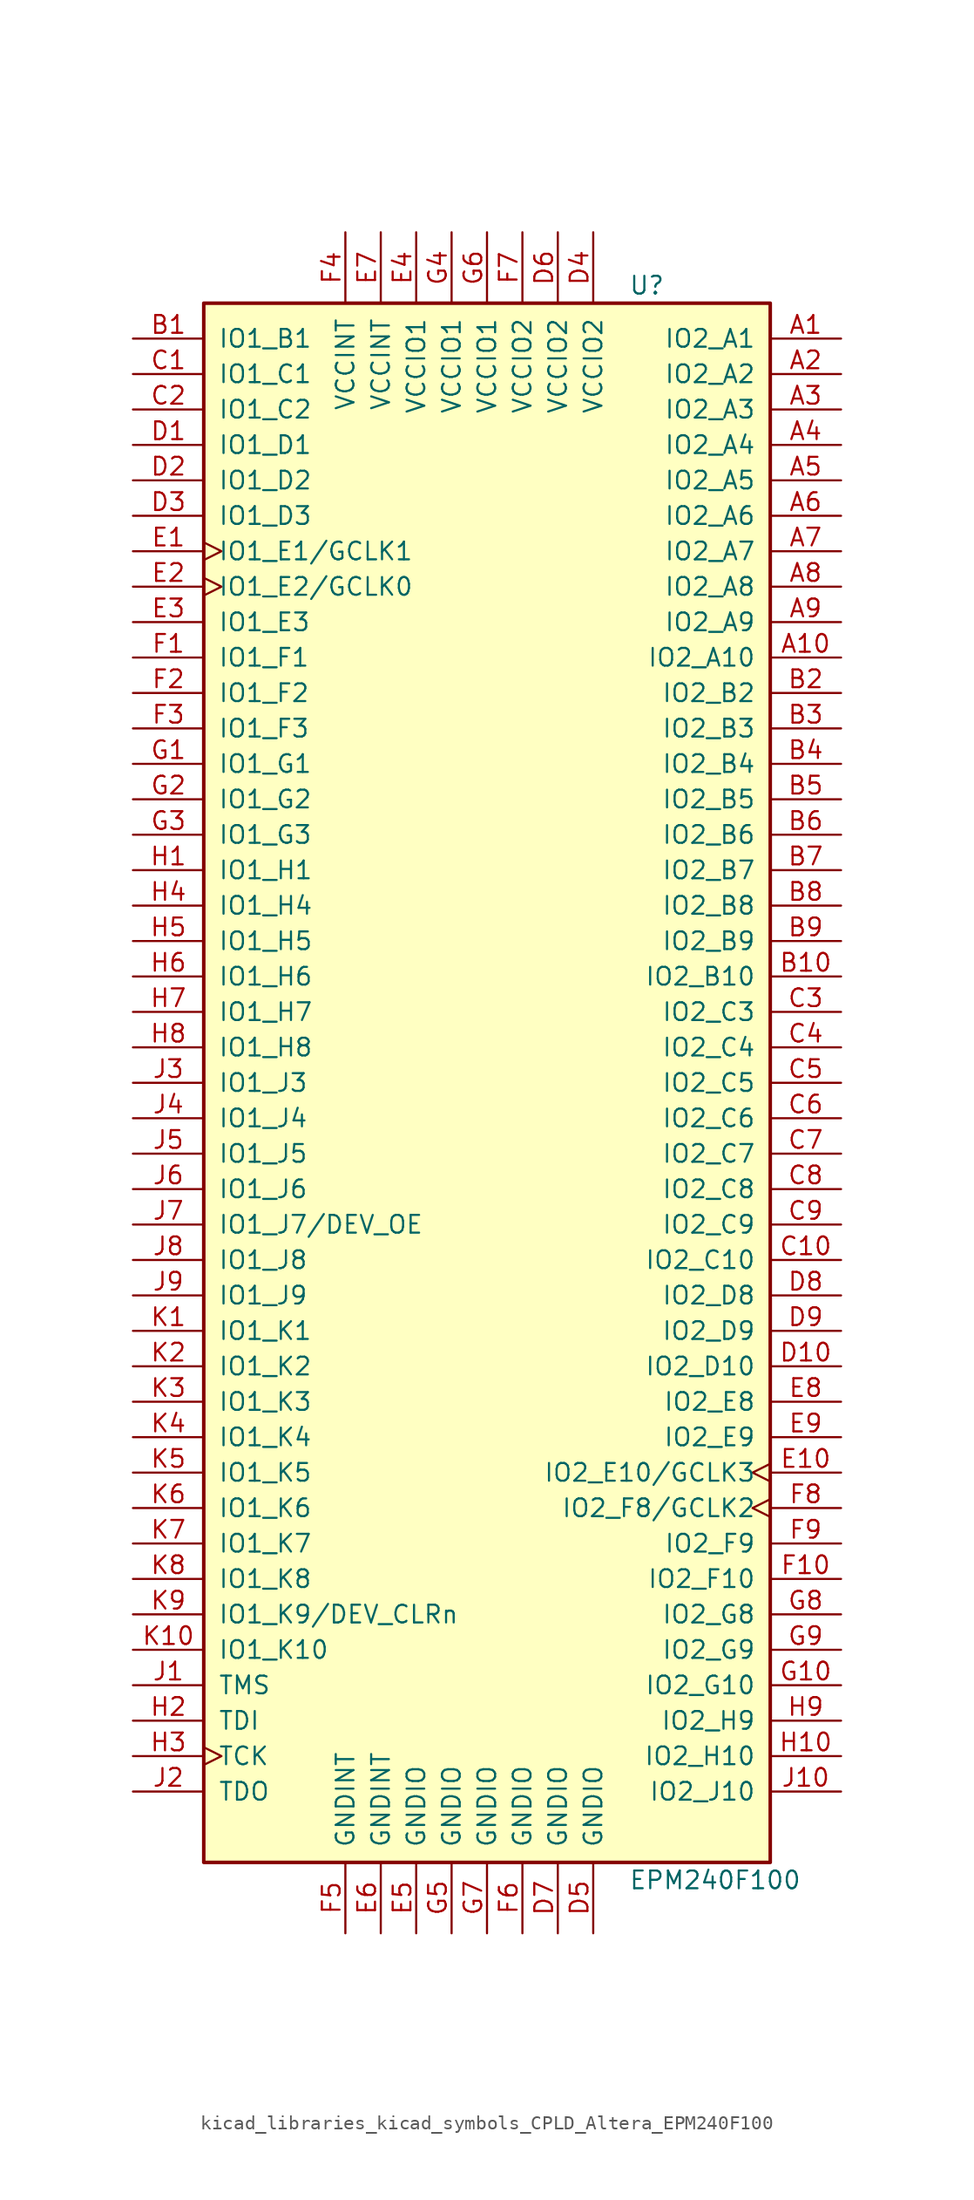
<source format=kicad_sym>
(kicad_symbol_lib
  (version 20220914)
  (generator kicad_symbol_editor)
  (symbol "kicad_libraries_kicad_symbols_CPLD_Altera_EPM240F100"
    (pin_names
      (offset 1.016))
    (property "Reference" "U"
      (at 10.16 57.15 0)
      (effects (font (size 1.27 1.27)) (justify left)))
    (property "Value" "EPM240F100"
      (at 10.16 -57.15 0)
      (effects (font (size 1.27 1.27)) (justify left)))
    (property "ki_locked" ""
      (at 0 0 0)
      (effects (font (size 1.27 1.27))))
    (symbol "kicad_libraries_kicad_symbols_CPLD_Altera_EPM240F100_1_1"
      (rectangle (start -20.32 55.88) (end 20.32 -55.88) (stroke (width 0.254) (type default)) (fill (type background)))
      (pin bidirectional line (at 25.4 53.34 180) (length 5.08) (name "IO2_A1" (effects (font (size 1.27 1.27)))) (number "A1" (effects (font (size 1.27 1.27)))))
      (pin bidirectional line (at 25.4 30.48 180) (length 5.08) (name "IO2_A10" (effects (font (size 1.27 1.27)))) (number "A10" (effects (font (size 1.27 1.27)))))
      (pin bidirectional line (at 25.4 50.8 180) (length 5.08) (name "IO2_A2" (effects (font (size 1.27 1.27)))) (number "A2" (effects (font (size 1.27 1.27)))))
      (pin bidirectional line (at 25.4 48.26 180) (length 5.08) (name "IO2_A3" (effects (font (size 1.27 1.27)))) (number "A3" (effects (font (size 1.27 1.27)))))
      (pin bidirectional line (at 25.4 45.72 180) (length 5.08) (name "IO2_A4" (effects (font (size 1.27 1.27)))) (number "A4" (effects (font (size 1.27 1.27)))))
      (pin bidirectional line (at 25.4 43.18 180) (length 5.08) (name "IO2_A5" (effects (font (size 1.27 1.27)))) (number "A5" (effects (font (size 1.27 1.27)))))
      (pin bidirectional line (at 25.4 40.64 180) (length 5.08) (name "IO2_A6" (effects (font (size 1.27 1.27)))) (number "A6" (effects (font (size 1.27 1.27)))))
      (pin bidirectional line (at 25.4 38.1 180) (length 5.08) (name "IO2_A7" (effects (font (size 1.27 1.27)))) (number "A7" (effects (font (size 1.27 1.27)))))
      (pin bidirectional line (at 25.4 35.56 180) (length 5.08) (name "IO2_A8" (effects (font (size 1.27 1.27)))) (number "A8" (effects (font (size 1.27 1.27)))))
      (pin bidirectional line (at 25.4 33.02 180) (length 5.08) (name "IO2_A9" (effects (font (size 1.27 1.27)))) (number "A9" (effects (font (size 1.27 1.27)))))
      (pin bidirectional line (at -25.4 53.34 0) (length 5.08) (name "IO1_B1" (effects (font (size 1.27 1.27)))) (number "B1" (effects (font (size 1.27 1.27)))))
      (pin bidirectional line (at 25.4 7.62 180) (length 5.08) (name "IO2_B10" (effects (font (size 1.27 1.27)))) (number "B10" (effects (font (size 1.27 1.27)))))
      (pin bidirectional line (at 25.4 27.94 180) (length 5.08) (name "IO2_B2" (effects (font (size 1.27 1.27)))) (number "B2" (effects (font (size 1.27 1.27)))))
      (pin bidirectional line (at 25.4 25.4 180) (length 5.08) (name "IO2_B3" (effects (font (size 1.27 1.27)))) (number "B3" (effects (font (size 1.27 1.27)))))
      (pin bidirectional line (at 25.4 22.86 180) (length 5.08) (name "IO2_B4" (effects (font (size 1.27 1.27)))) (number "B4" (effects (font (size 1.27 1.27)))))
      (pin bidirectional line (at 25.4 20.32 180) (length 5.08) (name "IO2_B5" (effects (font (size 1.27 1.27)))) (number "B5" (effects (font (size 1.27 1.27)))))
      (pin bidirectional line (at 25.4 17.78 180) (length 5.08) (name "IO2_B6" (effects (font (size 1.27 1.27)))) (number "B6" (effects (font (size 1.27 1.27)))))
      (pin bidirectional line (at 25.4 15.24 180) (length 5.08) (name "IO2_B7" (effects (font (size 1.27 1.27)))) (number "B7" (effects (font (size 1.27 1.27)))))
      (pin bidirectional line (at 25.4 12.7 180) (length 5.08) (name "IO2_B8" (effects (font (size 1.27 1.27)))) (number "B8" (effects (font (size 1.27 1.27)))))
      (pin bidirectional line (at 25.4 10.16 180) (length 5.08) (name "IO2_B9" (effects (font (size 1.27 1.27)))) (number "B9" (effects (font (size 1.27 1.27)))))
      (pin bidirectional line (at -25.4 50.8 0) (length 5.08) (name "IO1_C1" (effects (font (size 1.27 1.27)))) (number "C1" (effects (font (size 1.27 1.27)))))
      (pin bidirectional line (at 25.4 -12.7 180) (length 5.08) (name "IO2_C10" (effects (font (size 1.27 1.27)))) (number "C10" (effects (font (size 1.27 1.27)))))
      (pin bidirectional line (at -25.4 48.26 0) (length 5.08) (name "IO1_C2" (effects (font (size 1.27 1.27)))) (number "C2" (effects (font (size 1.27 1.27)))))
      (pin bidirectional line (at 25.4 5.08 180) (length 5.08) (name "IO2_C3" (effects (font (size 1.27 1.27)))) (number "C3" (effects (font (size 1.27 1.27)))))
      (pin bidirectional line (at 25.4 2.54 180) (length 5.08) (name "IO2_C4" (effects (font (size 1.27 1.27)))) (number "C4" (effects (font (size 1.27 1.27)))))
      (pin bidirectional line (at 25.4 0 180) (length 5.08) (name "IO2_C5" (effects (font (size 1.27 1.27)))) (number "C5" (effects (font (size 1.27 1.27)))))
      (pin bidirectional line (at 25.4 -2.54 180) (length 5.08) (name "IO2_C6" (effects (font (size 1.27 1.27)))) (number "C6" (effects (font (size 1.27 1.27)))))
      (pin bidirectional line (at 25.4 -5.08 180) (length 5.08) (name "IO2_C7" (effects (font (size 1.27 1.27)))) (number "C7" (effects (font (size 1.27 1.27)))))
      (pin bidirectional line (at 25.4 -7.62 180) (length 5.08) (name "IO2_C8" (effects (font (size 1.27 1.27)))) (number "C8" (effects (font (size 1.27 1.27)))))
      (pin bidirectional line (at 25.4 -10.16 180) (length 5.08) (name "IO2_C9" (effects (font (size 1.27 1.27)))) (number "C9" (effects (font (size 1.27 1.27)))))
      (pin bidirectional line (at -25.4 45.72 0) (length 5.08) (name "IO1_D1" (effects (font (size 1.27 1.27)))) (number "D1" (effects (font (size 1.27 1.27)))))
      (pin bidirectional line (at 25.4 -20.32 180) (length 5.08) (name "IO2_D10" (effects (font (size 1.27 1.27)))) (number "D10" (effects (font (size 1.27 1.27)))))
      (pin bidirectional line (at -25.4 43.18 0) (length 5.08) (name "IO1_D2" (effects (font (size 1.27 1.27)))) (number "D2" (effects (font (size 1.27 1.27)))))
      (pin bidirectional line (at -25.4 40.64 0) (length 5.08) (name "IO1_D3" (effects (font (size 1.27 1.27)))) (number "D3" (effects (font (size 1.27 1.27)))))
      (pin power_in line (at 7.62 60.96 270) (length 5.08) (name "VCCIO2" (effects (font (size 1.27 1.27)))) (number "D4" (effects (font (size 1.27 1.27)))))
      (pin power_in line (at 7.62 -60.96 90) (length 5.08) (name "GNDIO" (effects (font (size 1.27 1.27)))) (number "D5" (effects (font (size 1.27 1.27)))))
      (pin power_in line (at 5.08 60.96 270) (length 5.08) (name "VCCIO2" (effects (font (size 1.27 1.27)))) (number "D6" (effects (font (size 1.27 1.27)))))
      (pin power_in line (at 5.08 -60.96 90) (length 5.08) (name "GNDIO" (effects (font (size 1.27 1.27)))) (number "D7" (effects (font (size 1.27 1.27)))))
      (pin bidirectional line (at 25.4 -15.24 180) (length 5.08) (name "IO2_D8" (effects (font (size 1.27 1.27)))) (number "D8" (effects (font (size 1.27 1.27)))))
      (pin bidirectional line (at 25.4 -17.78 180) (length 5.08) (name "IO2_D9" (effects (font (size 1.27 1.27)))) (number "D9" (effects (font (size 1.27 1.27)))))
      (pin bidirectional clock (at -25.4 38.1 0) (length 5.08) (name "IO1_E1/GCLK1" (effects (font (size 1.27 1.27)))) (number "E1" (effects (font (size 1.27 1.27)))))
      (pin bidirectional clock (at 25.4 -27.94 180) (length 5.08) (name "IO2_E10/GCLK3" (effects (font (size 1.27 1.27)))) (number "E10" (effects (font (size 1.27 1.27)))))
      (pin bidirectional clock (at -25.4 35.56 0) (length 5.08) (name "IO1_E2/GCLK0" (effects (font (size 1.27 1.27)))) (number "E2" (effects (font (size 1.27 1.27)))))
      (pin bidirectional line (at -25.4 33.02 0) (length 5.08) (name "IO1_E3" (effects (font (size 1.27 1.27)))) (number "E3" (effects (font (size 1.27 1.27)))))
      (pin power_in line (at -5.08 60.96 270) (length 5.08) (name "VCCIO1" (effects (font (size 1.27 1.27)))) (number "E4" (effects (font (size 1.27 1.27)))))
      (pin power_in line (at -5.08 -60.96 90) (length 5.08) (name "GNDIO" (effects (font (size 1.27 1.27)))) (number "E5" (effects (font (size 1.27 1.27)))))
      (pin power_in line (at -7.62 -60.96 90) (length 5.08) (name "GNDINT" (effects (font (size 1.27 1.27)))) (number "E6" (effects (font (size 1.27 1.27)))))
      (pin power_in line (at -7.62 60.96 270) (length 5.08) (name "VCCINT" (effects (font (size 1.27 1.27)))) (number "E7" (effects (font (size 1.27 1.27)))))
      (pin bidirectional line (at 25.4 -22.86 180) (length 5.08) (name "IO2_E8" (effects (font (size 1.27 1.27)))) (number "E8" (effects (font (size 1.27 1.27)))))
      (pin bidirectional line (at 25.4 -25.4 180) (length 5.08) (name "IO2_E9" (effects (font (size 1.27 1.27)))) (number "E9" (effects (font (size 1.27 1.27)))))
      (pin bidirectional line (at -25.4 30.48 0) (length 5.08) (name "IO1_F1" (effects (font (size 1.27 1.27)))) (number "F1" (effects (font (size 1.27 1.27)))))
      (pin bidirectional line (at 25.4 -35.56 180) (length 5.08) (name "IO2_F10" (effects (font (size 1.27 1.27)))) (number "F10" (effects (font (size 1.27 1.27)))))
      (pin bidirectional line (at -25.4 27.94 0) (length 5.08) (name "IO1_F2" (effects (font (size 1.27 1.27)))) (number "F2" (effects (font (size 1.27 1.27)))))
      (pin bidirectional line (at -25.4 25.4 0) (length 5.08) (name "IO1_F3" (effects (font (size 1.27 1.27)))) (number "F3" (effects (font (size 1.27 1.27)))))
      (pin power_in line (at -10.16 60.96 270) (length 5.08) (name "VCCINT" (effects (font (size 1.27 1.27)))) (number "F4" (effects (font (size 1.27 1.27)))))
      (pin power_in line (at -10.16 -60.96 90) (length 5.08) (name "GNDINT" (effects (font (size 1.27 1.27)))) (number "F5" (effects (font (size 1.27 1.27)))))
      (pin power_in line (at 2.54 -60.96 90) (length 5.08) (name "GNDIO" (effects (font (size 1.27 1.27)))) (number "F6" (effects (font (size 1.27 1.27)))))
      (pin power_in line (at 2.54 60.96 270) (length 5.08) (name "VCCIO2" (effects (font (size 1.27 1.27)))) (number "F7" (effects (font (size 1.27 1.27)))))
      (pin bidirectional clock (at 25.4 -30.48 180) (length 5.08) (name "IO2_F8/GCLK2" (effects (font (size 1.27 1.27)))) (number "F8" (effects (font (size 1.27 1.27)))))
      (pin bidirectional line (at 25.4 -33.02 180) (length 5.08) (name "IO2_F9" (effects (font (size 1.27 1.27)))) (number "F9" (effects (font (size 1.27 1.27)))))
      (pin bidirectional line (at -25.4 22.86 0) (length 5.08) (name "IO1_G1" (effects (font (size 1.27 1.27)))) (number "G1" (effects (font (size 1.27 1.27)))))
      (pin bidirectional line (at 25.4 -43.18 180) (length 5.08) (name "IO2_G10" (effects (font (size 1.27 1.27)))) (number "G10" (effects (font (size 1.27 1.27)))))
      (pin bidirectional line (at -25.4 20.32 0) (length 5.08) (name "IO1_G2" (effects (font (size 1.27 1.27)))) (number "G2" (effects (font (size 1.27 1.27)))))
      (pin bidirectional line (at -25.4 17.78 0) (length 5.08) (name "IO1_G3" (effects (font (size 1.27 1.27)))) (number "G3" (effects (font (size 1.27 1.27)))))
      (pin power_in line (at -2.54 60.96 270) (length 5.08) (name "VCCIO1" (effects (font (size 1.27 1.27)))) (number "G4" (effects (font (size 1.27 1.27)))))
      (pin power_in line (at -2.54 -60.96 90) (length 5.08) (name "GNDIO" (effects (font (size 1.27 1.27)))) (number "G5" (effects (font (size 1.27 1.27)))))
      (pin power_in line (at 0 60.96 270) (length 5.08) (name "VCCIO1" (effects (font (size 1.27 1.27)))) (number "G6" (effects (font (size 1.27 1.27)))))
      (pin power_in line (at 0 -60.96 90) (length 5.08) (name "GNDIO" (effects (font (size 1.27 1.27)))) (number "G7" (effects (font (size 1.27 1.27)))))
      (pin bidirectional line (at 25.4 -38.1 180) (length 5.08) (name "IO2_G8" (effects (font (size 1.27 1.27)))) (number "G8" (effects (font (size 1.27 1.27)))))
      (pin bidirectional line (at 25.4 -40.64 180) (length 5.08) (name "IO2_G9" (effects (font (size 1.27 1.27)))) (number "G9" (effects (font (size 1.27 1.27)))))
      (pin bidirectional line (at -25.4 15.24 0) (length 5.08) (name "IO1_H1" (effects (font (size 1.27 1.27)))) (number "H1" (effects (font (size 1.27 1.27)))))
      (pin bidirectional line (at 25.4 -48.26 180) (length 5.08) (name "IO2_H10" (effects (font (size 1.27 1.27)))) (number "H10" (effects (font (size 1.27 1.27)))))
      (pin input line (at -25.4 -45.72 0) (length 5.08) (name "TDI" (effects (font (size 1.27 1.27)))) (number "H2" (effects (font (size 1.27 1.27)))))
      (pin input clock (at -25.4 -48.26 0) (length 5.08) (name "TCK" (effects (font (size 1.27 1.27)))) (number "H3" (effects (font (size 1.27 1.27)))))
      (pin bidirectional line (at -25.4 12.7 0) (length 5.08) (name "IO1_H4" (effects (font (size 1.27 1.27)))) (number "H4" (effects (font (size 1.27 1.27)))))
      (pin bidirectional line (at -25.4 10.16 0) (length 5.08) (name "IO1_H5" (effects (font (size 1.27 1.27)))) (number "H5" (effects (font (size 1.27 1.27)))))
      (pin bidirectional line (at -25.4 7.62 0) (length 5.08) (name "IO1_H6" (effects (font (size 1.27 1.27)))) (number "H6" (effects (font (size 1.27 1.27)))))
      (pin bidirectional line (at -25.4 5.08 0) (length 5.08) (name "IO1_H7" (effects (font (size 1.27 1.27)))) (number "H7" (effects (font (size 1.27 1.27)))))
      (pin bidirectional line (at -25.4 2.54 0) (length 5.08) (name "IO1_H8" (effects (font (size 1.27 1.27)))) (number "H8" (effects (font (size 1.27 1.27)))))
      (pin bidirectional line (at 25.4 -45.72 180) (length 5.08) (name "IO2_H9" (effects (font (size 1.27 1.27)))) (number "H9" (effects (font (size 1.27 1.27)))))
      (pin input line (at -25.4 -43.18 0) (length 5.08) (name "TMS" (effects (font (size 1.27 1.27)))) (number "J1" (effects (font (size 1.27 1.27)))))
      (pin bidirectional line (at 25.4 -50.8 180) (length 5.08) (name "IO2_J10" (effects (font (size 1.27 1.27)))) (number "J10" (effects (font (size 1.27 1.27)))))
      (pin output line (at -25.4 -50.8 0) (length 5.08) (name "TDO" (effects (font (size 1.27 1.27)))) (number "J2" (effects (font (size 1.27 1.27)))))
      (pin bidirectional line (at -25.4 0 0) (length 5.08) (name "IO1_J3" (effects (font (size 1.27 1.27)))) (number "J3" (effects (font (size 1.27 1.27)))))
      (pin bidirectional line (at -25.4 -2.54 0) (length 5.08) (name "IO1_J4" (effects (font (size 1.27 1.27)))) (number "J4" (effects (font (size 1.27 1.27)))))
      (pin bidirectional line (at -25.4 -5.08 0) (length 5.08) (name "IO1_J5" (effects (font (size 1.27 1.27)))) (number "J5" (effects (font (size 1.27 1.27)))))
      (pin bidirectional line (at -25.4 -7.62 0) (length 5.08) (name "IO1_J6" (effects (font (size 1.27 1.27)))) (number "J6" (effects (font (size 1.27 1.27)))))
      (pin bidirectional line (at -25.4 -10.16 0) (length 5.08) (name "IO1_J7/DEV_OE" (effects (font (size 1.27 1.27)))) (number "J7" (effects (font (size 1.27 1.27)))))
      (pin bidirectional line (at -25.4 -12.7 0) (length 5.08) (name "IO1_J8" (effects (font (size 1.27 1.27)))) (number "J8" (effects (font (size 1.27 1.27)))))
      (pin bidirectional line (at -25.4 -15.24 0) (length 5.08) (name "IO1_J9" (effects (font (size 1.27 1.27)))) (number "J9" (effects (font (size 1.27 1.27)))))
      (pin bidirectional line (at -25.4 -17.78 0) (length 5.08) (name "IO1_K1" (effects (font (size 1.27 1.27)))) (number "K1" (effects (font (size 1.27 1.27)))))
      (pin bidirectional line (at -25.4 -40.64 0) (length 5.08) (name "IO1_K10" (effects (font (size 1.27 1.27)))) (number "K10" (effects (font (size 1.27 1.27)))))
      (pin bidirectional line (at -25.4 -20.32 0) (length 5.08) (name "IO1_K2" (effects (font (size 1.27 1.27)))) (number "K2" (effects (font (size 1.27 1.27)))))
      (pin bidirectional line (at -25.4 -22.86 0) (length 5.08) (name "IO1_K3" (effects (font (size 1.27 1.27)))) (number "K3" (effects (font (size 1.27 1.27)))))
      (pin bidirectional line (at -25.4 -25.4 0) (length 5.08) (name "IO1_K4" (effects (font (size 1.27 1.27)))) (number "K4" (effects (font (size 1.27 1.27)))))
      (pin bidirectional line (at -25.4 -27.94 0) (length 5.08) (name "IO1_K5" (effects (font (size 1.27 1.27)))) (number "K5" (effects (font (size 1.27 1.27)))))
      (pin bidirectional line (at -25.4 -30.48 0) (length 5.08) (name "IO1_K6" (effects (font (size 1.27 1.27)))) (number "K6" (effects (font (size 1.27 1.27)))))
      (pin bidirectional line (at -25.4 -33.02 0) (length 5.08) (name "IO1_K7" (effects (font (size 1.27 1.27)))) (number "K7" (effects (font (size 1.27 1.27)))))
      (pin bidirectional line (at -25.4 -35.56 0) (length 5.08) (name "IO1_K8" (effects (font (size 1.27 1.27)))) (number "K8" (effects (font (size 1.27 1.27)))))
      (pin bidirectional line (at -25.4 -38.1 0) (length 5.08) (name "IO1_K9/DEV_CLRn" (effects (font (size 1.27 1.27)))) (number "K9" (effects (font (size 1.27 1.27))))))))
</source>
